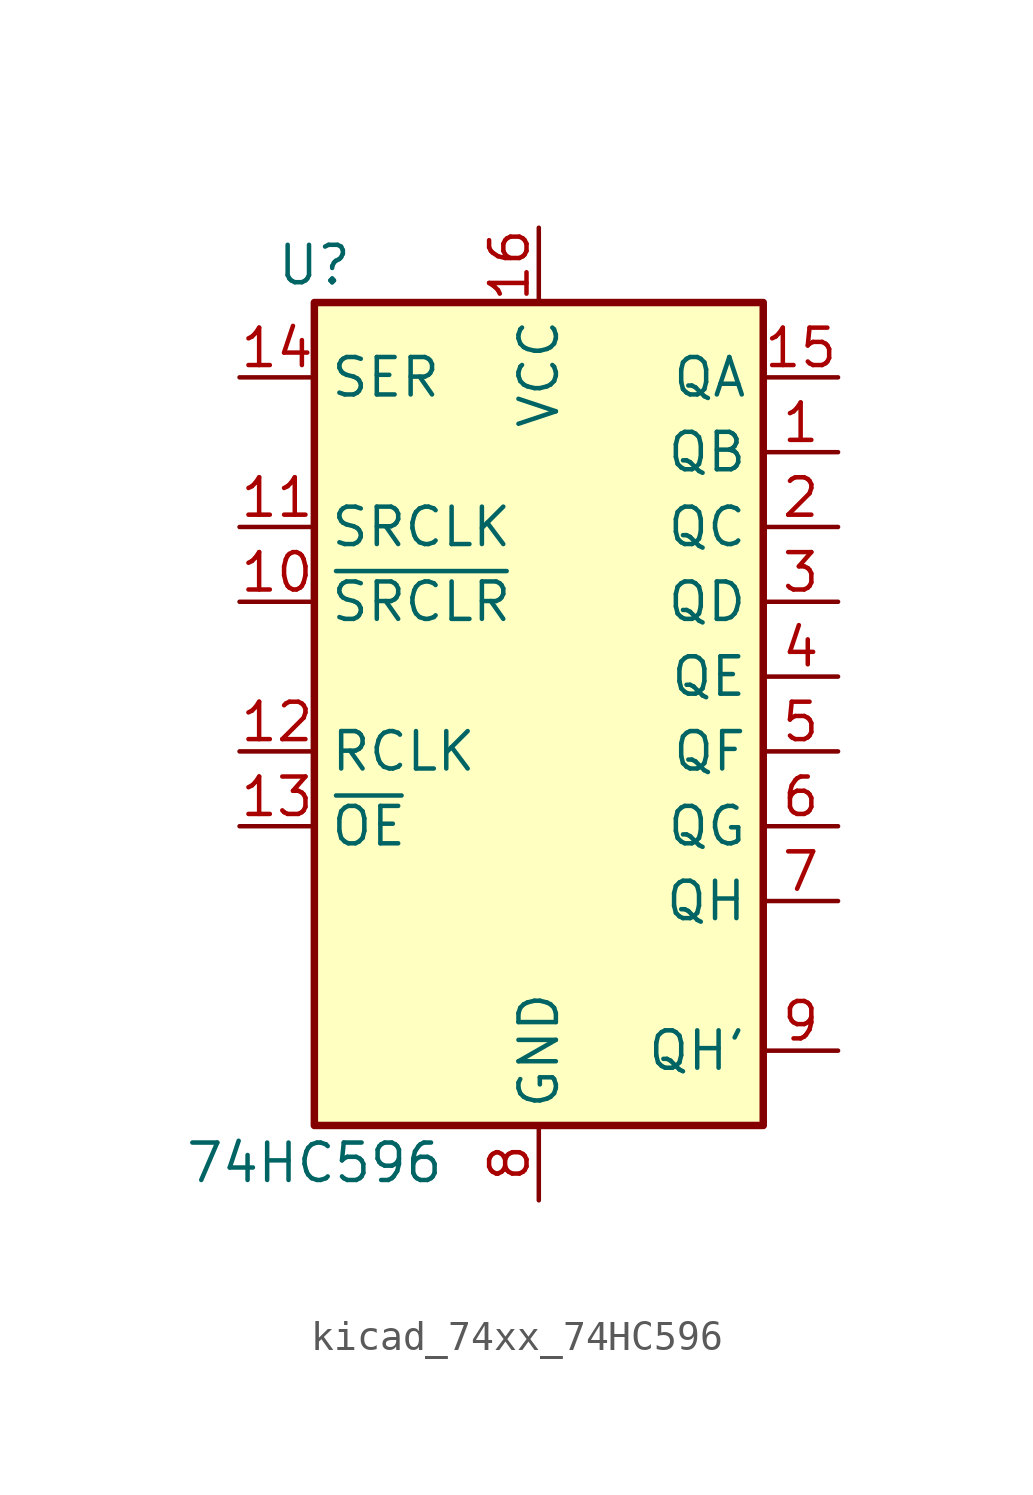
<source format=kicad_sym>
(kicad_symbol_lib
  (version 20220914)
  (generator kicad_symbol_editor)
  (symbol "kicad_74xx_74HC596"
    (property "Reference" "U"
      (at -7.62 13.97 0)
      (effects (font (size 1.27 1.27))))
    (property "Value" "74HC596"
      (at -7.62 -16.51 0)
      (effects (font (size 1.27 1.27))))
    (symbol "kicad_74xx_74HC596_1_0"
      (pin open_collector line (at 10.16 7.62 180) (length 2.54) (name "QB" (effects (font (size 1.27 1.27)))) (number "1" (effects (font (size 1.27 1.27)))))
      (pin input line (at -10.16 2.54 0) (length 2.54) (name "~{SRCLR}" (effects (font (size 1.27 1.27)))) (number "10" (effects (font (size 1.27 1.27)))))
      (pin input line (at -10.16 5.08 0) (length 2.54) (name "SRCLK" (effects (font (size 1.27 1.27)))) (number "11" (effects (font (size 1.27 1.27)))))
      (pin input line (at -10.16 -2.54 0) (length 2.54) (name "RCLK" (effects (font (size 1.27 1.27)))) (number "12" (effects (font (size 1.27 1.27)))))
      (pin input line (at -10.16 -5.08 0) (length 2.54) (name "~{OE}" (effects (font (size 1.27 1.27)))) (number "13" (effects (font (size 1.27 1.27)))))
      (pin input line (at -10.16 10.16 0) (length 2.54) (name "SER" (effects (font (size 1.27 1.27)))) (number "14" (effects (font (size 1.27 1.27)))))
      (pin open_collector line (at 10.16 10.16 180) (length 2.54) (name "QA" (effects (font (size 1.27 1.27)))) (number "15" (effects (font (size 1.27 1.27)))))
      (pin power_in line (at 0 15.24 270) (length 2.54) (name "VCC" (effects (font (size 1.27 1.27)))) (number "16" (effects (font (size 1.27 1.27)))))
      (pin open_collector line (at 10.16 5.08 180) (length 2.54) (name "QC" (effects (font (size 1.27 1.27)))) (number "2" (effects (font (size 1.27 1.27)))))
      (pin open_collector line (at 10.16 2.54 180) (length 2.54) (name "QD" (effects (font (size 1.27 1.27)))) (number "3" (effects (font (size 1.27 1.27)))))
      (pin open_collector line (at 10.16 0 180) (length 2.54) (name "QE" (effects (font (size 1.27 1.27)))) (number "4" (effects (font (size 1.27 1.27)))))
      (pin open_collector line (at 10.16 -2.54 180) (length 2.54) (name "QF" (effects (font (size 1.27 1.27)))) (number "5" (effects (font (size 1.27 1.27)))))
      (pin open_collector line (at 10.16 -5.08 180) (length 2.54) (name "QG" (effects (font (size 1.27 1.27)))) (number "6" (effects (font (size 1.27 1.27)))))
      (pin open_collector line (at 10.16 -7.62 180) (length 2.54) (name "QH" (effects (font (size 1.27 1.27)))) (number "7" (effects (font (size 1.27 1.27)))))
      (pin power_in line (at 0 -17.78 90) (length 2.54) (name "GND" (effects (font (size 1.27 1.27)))) (number "8" (effects (font (size 1.27 1.27)))))
      (pin output line (at 10.16 -12.7 180) (length 2.54) (name "QH'" (effects (font (size 1.27 1.27)))) (number "9" (effects (font (size 1.27 1.27))))))
    (symbol "kicad_74xx_74HC596_1_1"
      (rectangle (start -7.62 12.7) (end 7.62 -15.24) (stroke (width 0.254) (type default)) (fill (type background))))))
</source>
